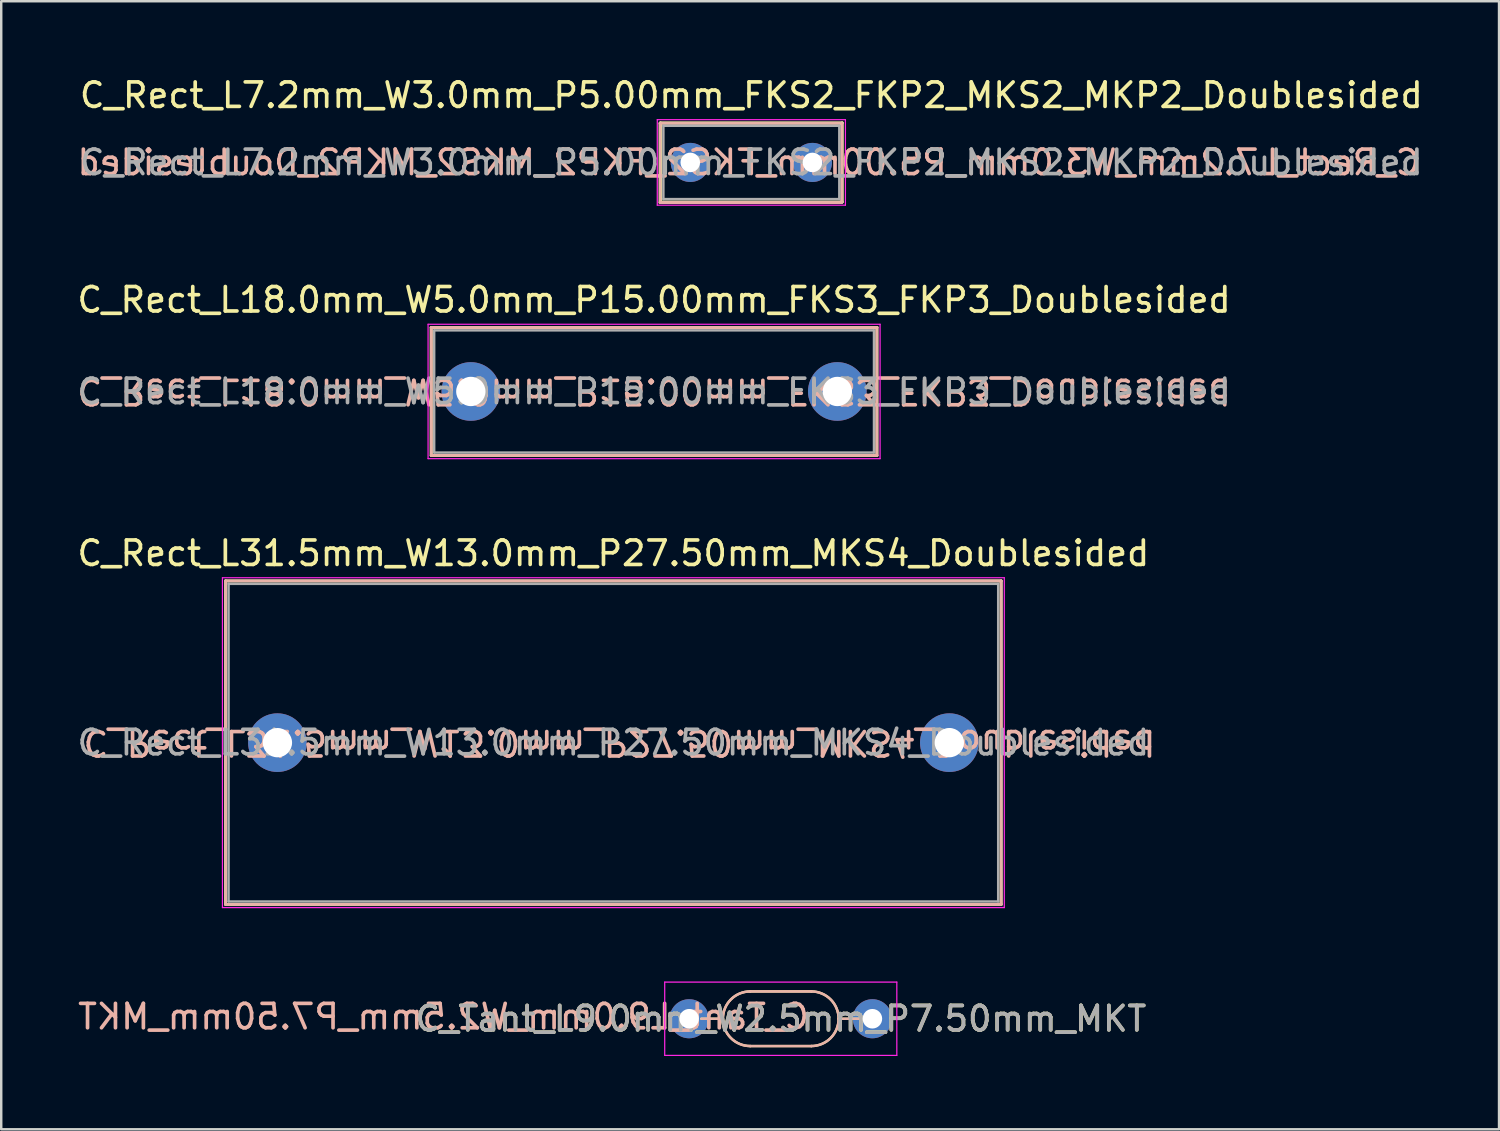
<source format=kicad_pcb>
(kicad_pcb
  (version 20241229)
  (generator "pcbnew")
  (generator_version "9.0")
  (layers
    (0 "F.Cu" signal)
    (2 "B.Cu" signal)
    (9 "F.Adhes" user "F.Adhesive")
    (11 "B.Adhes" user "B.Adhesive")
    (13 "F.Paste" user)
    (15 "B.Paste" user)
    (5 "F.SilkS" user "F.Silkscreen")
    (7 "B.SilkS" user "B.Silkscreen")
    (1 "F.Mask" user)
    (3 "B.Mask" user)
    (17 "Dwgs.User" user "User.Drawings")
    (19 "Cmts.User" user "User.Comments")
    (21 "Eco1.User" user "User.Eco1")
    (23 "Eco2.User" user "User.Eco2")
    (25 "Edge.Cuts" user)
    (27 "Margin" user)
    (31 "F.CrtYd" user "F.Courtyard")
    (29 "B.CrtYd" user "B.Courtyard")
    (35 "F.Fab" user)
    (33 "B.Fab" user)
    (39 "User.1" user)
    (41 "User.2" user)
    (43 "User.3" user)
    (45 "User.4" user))
  (footprint "C_Rect_L18.0mm_W5.0mm_P15.00mm_FKS3_FKP3_Doublesided"
    (layer "F.Cu")
    (at 16.22 12.972)
    (property "Reference" "C_Rect_L18.0mm_W5.0mm_P15.00mm_FKS3_FKP3_Doublesided" (at 7.5 -3.75 0) (layer "F.SilkS") (effects (font (size 1 1) (thickness 0.15))))
    (attr through_hole)
    (fp_line (start -1.62 -2.62) (end -1.62 2.62) (stroke (width 0.12) (type solid)) (layer "F.SilkS"))
    (fp_line (start -1.62 -2.62) (end 16.62 -2.62) (stroke (width 0.12) (type solid)) (layer "F.SilkS"))
    (fp_line (start -1.62 2.62) (end 16.62 2.62) (stroke (width 0.12) (type solid)) (layer "F.SilkS"))
    (fp_line (start 16.62 -2.62) (end 16.62 2.62) (stroke (width 0.12) (type solid)) (layer "F.SilkS"))
    (fp_line (start -1.62 -2.62) (end 16.62 -2.62) (stroke (width 0.12) (type solid)) (layer "B.SilkS"))
    (fp_line (start -1.62 2.62) (end -1.62 -2.62) (stroke (width 0.12) (type solid)) (layer "B.SilkS"))
    (fp_line (start -1.62 2.62) (end 16.62 2.62) (stroke (width 0.12) (type solid)) (layer "B.SilkS"))
    (fp_line (start 16.62 2.62) (end 16.62 -2.62) (stroke (width 0.12) (type solid)) (layer "B.SilkS"))
    (fp_line (start -1.75 -2.75) (end -1.75 2.75) (stroke (width 0.05) (type solid)) (layer "F.CrtYd"))
    (fp_line (start -1.75 2.75) (end 16.75 2.75) (stroke (width 0.05) (type solid)) (layer "F.CrtYd"))
    (fp_line (start 16.75 -2.75) (end -1.75 -2.75) (stroke (width 0.05) (type solid)) (layer "F.CrtYd"))
    (fp_line (start 16.75 2.75) (end 16.75 -2.75) (stroke (width 0.05) (type solid)) (layer "F.CrtYd"))
    (fp_line (start -1.5 -2.5) (end -1.5 2.5) (stroke (width 0.1) (type solid)) (layer "F.Fab"))
    (fp_line (start -1.5 2.5) (end 16.5 2.5) (stroke (width 0.1) (type solid)) (layer "F.Fab"))
    (fp_line (start 16.5 -2.5) (end -1.5 -2.5) (stroke (width 0.1) (type solid)) (layer "F.Fab"))
    (fp_line (start 16.5 2.5) (end 16.5 -2.5) (stroke (width 0.1) (type solid)) (layer "F.Fab"))
    (fp_text user "${REFERENCE}" (at 7.5 0 180) (unlocked yes) (layer "B.SilkS") (effects (font (size 1 1) (thickness 0.15)) (justify mirror)))
    (fp_text user "${REFERENCE}" (at 7.5 0 0) (layer "F.Fab") (effects (font (size 1 1) (thickness 0.15))))
    (pad "1" thru_hole circle (at 0 0) (size 2.4 2.4) (drill 1.2) (layers "*.Cu" "*.Mask"))
    (pad "2" thru_hole circle (at 15 0) (size 2.4 2.4) (drill 1.2) (layers "*.Cu" "*.Mask")))
  (footprint "C_Rect_L7.2mm_W3.0mm_P5.00mm_FKS2_FKP2_MKS2_MKP2_Doublesided"
    (layer "F.Cu")
    (at 25.201 3.598)
    (property "Reference" "C_Rect_L7.2mm_W3.0mm_P5.00mm_FKS2_FKP2_MKS2_MKP2_Doublesided" (at 2.5 -2.75 0) (layer "F.SilkS") (effects (font (size 1 1) (thickness 0.15))))
    (attr through_hole)
    (fp_line (start -1.22 -1.62) (end -1.22 1.62) (stroke (width 0.12) (type solid)) (layer "F.SilkS"))
    (fp_line (start -1.22 -1.62) (end 6.22 -1.62) (stroke (width 0.12) (type solid)) (layer "F.SilkS"))
    (fp_line (start -1.22 1.62) (end 6.22 1.62) (stroke (width 0.12) (type solid)) (layer "F.SilkS"))
    (fp_line (start 6.22 -1.62) (end 6.22 1.62) (stroke (width 0.12) (type solid)) (layer "F.SilkS"))
    (fp_line (start -1.24 -1.6) (end 6.2 -1.6) (stroke (width 0.12) (type solid)) (layer "B.SilkS"))
    (fp_line (start -1.24 1.64) (end -1.24 -1.6) (stroke (width 0.12) (type solid)) (layer "B.SilkS"))
    (fp_line (start -1.24 1.64) (end 6.2 1.64) (stroke (width 0.12) (type solid)) (layer "B.SilkS"))
    (fp_line (start 6.2 1.64) (end 6.2 -1.6) (stroke (width 0.12) (type solid)) (layer "B.SilkS"))
    (fp_line (start -1.35 -1.75) (end -1.35 1.75) (stroke (width 0.05) (type solid)) (layer "F.CrtYd"))
    (fp_line (start -1.35 1.75) (end 6.35 1.75) (stroke (width 0.05) (type solid)) (layer "F.CrtYd"))
    (fp_line (start 6.35 -1.75) (end -1.35 -1.75) (stroke (width 0.05) (type solid)) (layer "F.CrtYd"))
    (fp_line (start 6.35 1.75) (end 6.35 -1.75) (stroke (width 0.05) (type solid)) (layer "F.CrtYd"))
    (fp_line (start -1.1 -1.5) (end -1.1 1.5) (stroke (width 0.1) (type solid)) (layer "F.Fab"))
    (fp_line (start -1.1 1.5) (end 6.1 1.5) (stroke (width 0.1) (type solid)) (layer "F.Fab"))
    (fp_line (start 6.1 -1.5) (end -1.1 -1.5) (stroke (width 0.1) (type solid)) (layer "F.Fab"))
    (fp_line (start 6.1 1.5) (end 6.1 -1.5) (stroke (width 0.1) (type solid)) (layer "F.Fab"))
    (fp_text user "${REFERENCE}" (at 2.4 0 0) (unlocked yes) (layer "B.SilkS") (effects (font (size 1 1) (thickness 0.15)) (justify mirror)))
    (fp_text user "${REFERENCE}" (at 2.5 0 0) (layer "F.Fab") (effects (font (size 1 1) (thickness 0.15))))
    (pad "1" thru_hole circle (at 0 0) (size 1.6 1.6) (drill 0.8) (layers "*.Cu" "*.Mask"))
    (pad "2" thru_hole circle (at 5 0) (size 1.6 1.6) (drill 0.8) (layers "*.Cu" "*.Mask")))
  (footprint "C_Rect_L31.5mm_W13.0mm_P27.50mm_MKS4_Doublesided"
    (layer "F.Cu")
    (at 8.304 27.345)
    (property "Reference" "C_Rect_L31.5mm_W13.0mm_P27.50mm_MKS4_Doublesided" (at 13.75 -7.75 0) (layer "F.SilkS") (effects (font (size 1 1) (thickness 0.15))))
    (attr through_hole)
    (fp_line (start -2.12 -6.62) (end -2.12 6.62) (stroke (width 0.12) (type solid)) (layer "F.SilkS"))
    (fp_line (start -2.12 -6.62) (end 29.62 -6.62) (stroke (width 0.12) (type solid)) (layer "F.SilkS"))
    (fp_line (start -2.12 6.62) (end 29.62 6.62) (stroke (width 0.12) (type solid)) (layer "F.SilkS"))
    (fp_line (start 29.62 -6.62) (end 29.62 6.62) (stroke (width 0.12) (type solid)) (layer "F.SilkS"))
    (fp_line (start -2.12 -6.62) (end 29.62 -6.62) (stroke (width 0.12) (type solid)) (layer "B.SilkS"))
    (fp_line (start -2.12 6.62) (end -2.12 -6.62) (stroke (width 0.12) (type solid)) (layer "B.SilkS"))
    (fp_line (start -2.12 6.62) (end 29.62 6.62) (stroke (width 0.12) (type solid)) (layer "B.SilkS"))
    (fp_line (start 29.62 6.62) (end 29.62 -6.62) (stroke (width 0.12) (type solid)) (layer "B.SilkS"))
    (fp_line (start -2.25 -6.75) (end -2.25 6.75) (stroke (width 0.05) (type solid)) (layer "F.CrtYd"))
    (fp_line (start -2.25 6.75) (end 29.75 6.75) (stroke (width 0.05) (type solid)) (layer "F.CrtYd"))
    (fp_line (start 29.75 -6.75) (end -2.25 -6.75) (stroke (width 0.05) (type solid)) (layer "F.CrtYd"))
    (fp_line (start 29.75 6.75) (end 29.75 -6.75) (stroke (width 0.05) (type solid)) (layer "F.CrtYd"))
    (fp_line (start -2 -6.5) (end -2 6.5) (stroke (width 0.1) (type solid)) (layer "F.Fab"))
    (fp_line (start -2 6.5) (end 29.5 6.5) (stroke (width 0.1) (type solid)) (layer "F.Fab"))
    (fp_line (start 29.5 -6.5) (end -2 -6.5) (stroke (width 0.1) (type solid)) (layer "F.Fab"))
    (fp_line (start 29.5 6.5) (end 29.5 -6.5) (stroke (width 0.1) (type solid)) (layer "F.Fab"))
    (fp_text user "${REFERENCE}" (at 14 0 180) (unlocked yes) (layer "B.SilkS") (effects (font (size 1 1) (thickness 0.15)) (justify mirror)))
    (fp_text user "${REFERENCE}" (at 13.75 0 0) (layer "F.Fab") (effects (font (size 1 1) (thickness 0.15))))
    (pad "1" thru_hole circle (at 0 0) (size 2.4 2.4) (drill 1.2) (layers "*.Cu" "*.Mask"))
    (pad "2" thru_hole circle (at 27.5 0) (size 2.4 2.4) (drill 1.2) (layers "*.Cu" "*.Mask")))
  (footprint "C_Tant_L9.0mm_W2.5mm_P7.50mm_MKT"
    (layer "F.Cu")
    (at 25.155 38.645)
    (property "Reference" "C_Tant_L9.0mm_W2.5mm_P7.50mm_MKT" (at 3.75 0 0) (layer "F.SilkS") (effects (font (size 1 1) (thickness 0.15))))
    (attr through_hole)
    (fp_line (start 0.5 0) (end 1.382 0) (stroke (width 0.1) (type default)) (layer "F.SilkS"))
    (fp_line (start 2.5 -1.118) (end 5 -1.118) (stroke (width 0.1) (type default)) (layer "F.SilkS"))
    (fp_line (start 2.5 1.118) (end 5 1.118) (stroke (width 0.1) (type default)) (layer "F.SilkS"))
    (fp_line (start 6.118 0) (end 7 0) (stroke (width 0.1) (type default)) (layer "F.SilkS"))
    (fp_arc (start 1.381967 0) (mid 1.709431 -0.790569) (end 2.5 -1.118033) (stroke (width 0.1) (type default)) (layer "F.SilkS"))
    (fp_arc (start 2.5 1.118033) (mid 1.709431 0.790569) (end 1.381967 0) (stroke (width 0.1) (type default)) (layer "F.SilkS"))
    (fp_arc (start 5 -1.118033) (mid 5.790569 -0.790569) (end 6.118033 0) (stroke (width 0.1) (type default)) (layer "F.SilkS"))
    (fp_arc (start 6.118033 0.000002) (mid 5.790569 0.790569) (end 5.000002 1.118033) (stroke (width 0.1) (type default)) (layer "F.SilkS"))
    (fp_line (start 1.382 0) (end 0.5 0) (stroke (width 0.1) (type default)) (layer "B.SilkS"))
    (fp_line (start 5 -1.118) (end 2.5 -1.118) (stroke (width 0.1) (type default)) (layer "B.SilkS"))
    (fp_line (start 5 1.118) (end 2.5 1.118) (stroke (width 0.1) (type default)) (layer "B.SilkS"))
    (fp_line (start 7 0) (end 6.118 0) (stroke (width 0.1) (type default)) (layer "B.SilkS"))
    (fp_arc (start 1.381967 0) (mid 1.709431 -0.790569) (end 2.5 -1.118033) (stroke (width 0.1) (type default)) (layer "B.SilkS"))
    (fp_arc (start 2.499998 1.118033) (mid 1.709431 0.790569) (end 1.381967 0.000002) (stroke (width 0.1) (type default)) (layer "B.SilkS"))
    (fp_arc (start 5 -1.118033) (mid 5.790569 -0.790569) (end 6.118033 0) (stroke (width 0.1) (type default)) (layer "B.SilkS"))
    (fp_arc (start 6.118033 0) (mid 5.790569 0.790569) (end 5 1.118033) (stroke (width 0.1) (type default)) (layer "B.SilkS"))
    (fp_line (start -1 -1.5) (end -1 1.5) (stroke (width 0.05) (type solid)) (layer "F.CrtYd"))
    (fp_line (start -1 1.5) (end 8.5 1.5) (stroke (width 0.05) (type solid)) (layer "F.CrtYd"))
    (fp_line (start 8.5 -1.5) (end -1 -1.5) (stroke (width 0.05) (type solid)) (layer "F.CrtYd"))
    (fp_line (start 8.5 1.5) (end 8.5 -1.5) (stroke (width 0.05) (type solid)) (layer "F.CrtYd"))
    (fp_text user "${REFERENCE}" (at 5 0.5 0) (unlocked yes) (layer "B.SilkS") (effects (font (size 1 1) (thickness 0.15)) (justify left bottom mirror)))
    (fp_text user "${REFERENCE}" (at 3.75 0 0) (layer "F.Fab") (effects (font (size 1 1) (thickness 0.15))))
    (pad "1" thru_hole circle (at 0 0) (size 1.6 1.6) (drill 0.8) (layers "*.Cu" "*.Mask"))
    (pad "2" thru_hole circle (at 7.5 0) (size 1.6 1.6) (drill 0.8) (layers "*.Cu" "*.Mask")))
  (gr_rect
    (start -3 -3)
    (end 58.302 43.17)
    (stroke (width 0.1) (type default))
    (fill no)
    (layer "Edge.Cuts")))
</source>
